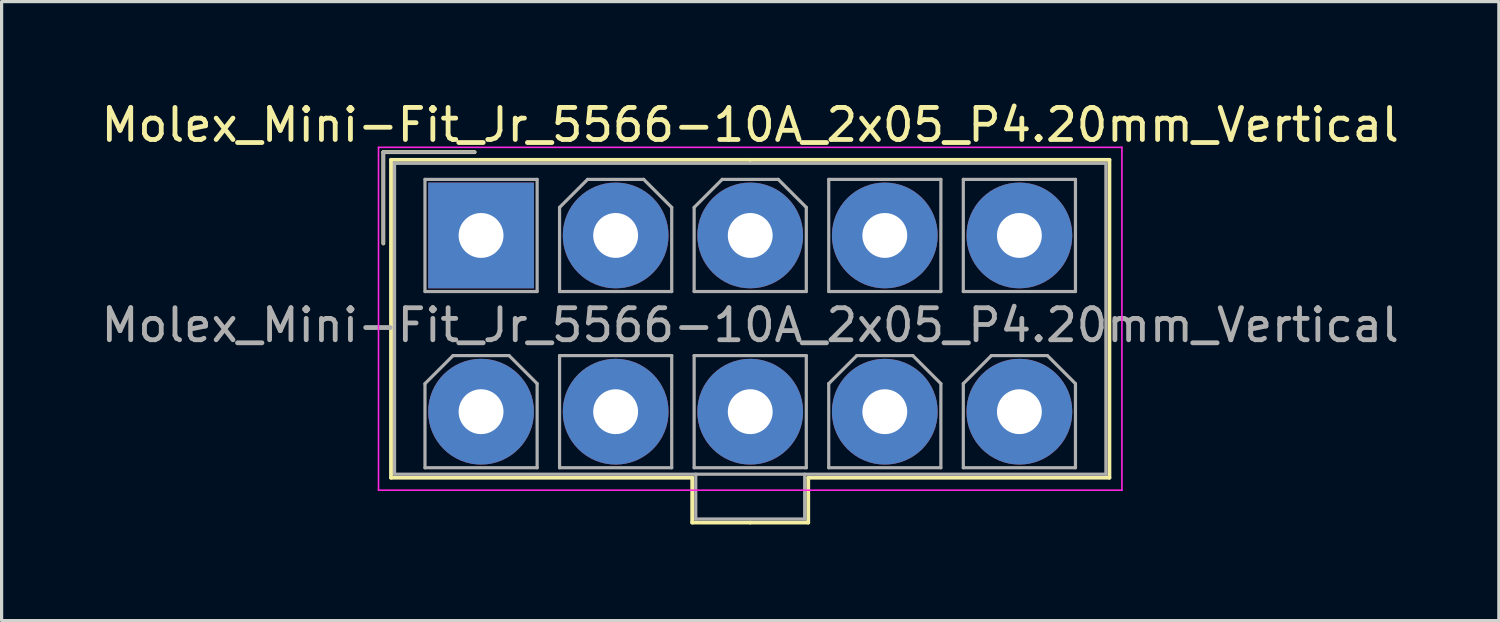
<source format=kicad_pcb>
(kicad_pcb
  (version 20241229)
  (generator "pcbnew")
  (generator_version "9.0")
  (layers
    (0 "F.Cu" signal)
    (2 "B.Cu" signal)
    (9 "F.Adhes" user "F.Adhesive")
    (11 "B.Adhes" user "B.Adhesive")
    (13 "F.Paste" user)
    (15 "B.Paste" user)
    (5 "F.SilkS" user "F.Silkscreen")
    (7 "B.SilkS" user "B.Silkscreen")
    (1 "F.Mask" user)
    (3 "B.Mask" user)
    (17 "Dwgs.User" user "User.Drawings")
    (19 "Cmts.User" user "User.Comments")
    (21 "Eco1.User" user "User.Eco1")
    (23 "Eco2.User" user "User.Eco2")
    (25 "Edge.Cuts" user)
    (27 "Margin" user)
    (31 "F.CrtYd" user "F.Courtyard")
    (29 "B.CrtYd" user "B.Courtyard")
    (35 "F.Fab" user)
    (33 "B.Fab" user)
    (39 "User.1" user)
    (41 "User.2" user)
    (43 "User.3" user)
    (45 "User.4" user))
  (footprint "Molex_Mini-Fit_Jr_5566-10A_2x05_P4.20mm_Vertical"
    (layer "F.Cu")
    (at 11.963 4.298)
    (property "Reference" "Molex_Mini-Fit_Jr_5566-10A_2x05_P4.20mm_Vertical" (at 8.4 -3.45 0) (layer "F.SilkS") (effects (font (size 1 1) (thickness 0.15))))
    (attr through_hole)
    (fp_line (start -3.05 -2.6) (end -3.05 0.25) (stroke (width 0.12) (type solid)) (layer "F.SilkS"))
    (fp_line (start -2.81 -2.36) (end -2.81 7.56) (stroke (width 0.12) (type solid)) (layer "F.SilkS"))
    (fp_line (start -2.81 7.56) (end 6.59 7.56) (stroke (width 0.12) (type solid)) (layer "F.SilkS"))
    (fp_line (start -0.2 -2.6) (end -3.05 -2.6) (stroke (width 0.12) (type solid)) (layer "F.SilkS"))
    (fp_line (start 6.59 7.56) (end 6.59 8.96) (stroke (width 0.12) (type solid)) (layer "F.SilkS"))
    (fp_line (start 6.59 8.96) (end 8.4 8.96) (stroke (width 0.12) (type solid)) (layer "F.SilkS"))
    (fp_line (start 8.4 -2.36) (end -2.81 -2.36) (stroke (width 0.12) (type solid)) (layer "F.SilkS"))
    (fp_line (start 8.4 -2.36) (end 19.61 -2.36) (stroke (width 0.12) (type solid)) (layer "F.SilkS"))
    (fp_line (start 10.21 7.56) (end 10.21 8.96) (stroke (width 0.12) (type solid)) (layer "F.SilkS"))
    (fp_line (start 10.21 8.96) (end 8.4 8.96) (stroke (width 0.12) (type solid)) (layer "F.SilkS"))
    (fp_line (start 19.61 -2.36) (end 19.61 7.56) (stroke (width 0.12) (type solid)) (layer "F.SilkS"))
    (fp_line (start 19.61 7.56) (end 10.21 7.56) (stroke (width 0.12) (type solid)) (layer "F.SilkS"))
    (fp_line (start -3.2 -2.75) (end -3.2 7.95) (stroke (width 0.05) (type solid)) (layer "F.CrtYd"))
    (fp_line (start -3.2 7.95) (end 20 7.95) (stroke (width 0.05) (type solid)) (layer "F.CrtYd"))
    (fp_line (start 20 -2.75) (end -3.2 -2.75) (stroke (width 0.05) (type solid)) (layer "F.CrtYd"))
    (fp_line (start 20 7.95) (end 20 -2.75) (stroke (width 0.05) (type solid)) (layer "F.CrtYd"))
    (fp_line (start -3.05 -2.6) (end -3.05 0.25) (stroke (width 0.1) (type solid)) (layer "F.Fab"))
    (fp_line (start -2.7 -2.25) (end -2.7 7.45) (stroke (width 0.1) (type solid)) (layer "F.Fab"))
    (fp_line (start -2.7 7.45) (end 19.5 7.45) (stroke (width 0.1) (type solid)) (layer "F.Fab"))
    (fp_line (start -1.75 -1.75) (end -1.75 1.75) (stroke (width 0.1) (type solid)) (layer "F.Fab"))
    (fp_line (start -1.75 1.75) (end 1.75 1.75) (stroke (width 0.1) (type solid)) (layer "F.Fab"))
    (fp_line (start -1.75 4.625) (end -0.875 3.75) (stroke (width 0.1) (type solid)) (layer "F.Fab"))
    (fp_line (start -1.75 7.25) (end -1.75 4.625) (stroke (width 0.1) (type solid)) (layer "F.Fab"))
    (fp_line (start -0.875 3.75) (end 0.875 3.75) (stroke (width 0.1) (type solid)) (layer "F.Fab"))
    (fp_line (start -0.2 -2.6) (end -3.05 -2.6) (stroke (width 0.1) (type solid)) (layer "F.Fab"))
    (fp_line (start 0.875 3.75) (end 1.75 4.625) (stroke (width 0.1) (type solid)) (layer "F.Fab"))
    (fp_line (start 1.75 -1.75) (end -1.75 -1.75) (stroke (width 0.1) (type solid)) (layer "F.Fab"))
    (fp_line (start 1.75 1.75) (end 1.75 -1.75) (stroke (width 0.1) (type solid)) (layer "F.Fab"))
    (fp_line (start 1.75 4.625) (end 1.75 7.25) (stroke (width 0.1) (type solid)) (layer "F.Fab"))
    (fp_line (start 1.75 7.25) (end -1.75 7.25) (stroke (width 0.1) (type solid)) (layer "F.Fab"))
    (fp_line (start 2.45 -0.875) (end 3.325 -1.75) (stroke (width 0.1) (type solid)) (layer "F.Fab"))
    (fp_line (start 2.45 1.75) (end 2.45 -0.875) (stroke (width 0.1) (type solid)) (layer "F.Fab"))
    (fp_line (start 2.45 3.75) (end 2.45 7.25) (stroke (width 0.1) (type solid)) (layer "F.Fab"))
    (fp_line (start 2.45 7.25) (end 5.95 7.25) (stroke (width 0.1) (type solid)) (layer "F.Fab"))
    (fp_line (start 3.325 -1.75) (end 5.075 -1.75) (stroke (width 0.1) (type solid)) (layer "F.Fab"))
    (fp_line (start 5.075 -1.75) (end 5.95 -0.875) (stroke (width 0.1) (type solid)) (layer "F.Fab"))
    (fp_line (start 5.95 -0.875) (end 5.95 1.75) (stroke (width 0.1) (type solid)) (layer "F.Fab"))
    (fp_line (start 5.95 1.75) (end 2.45 1.75) (stroke (width 0.1) (type solid)) (layer "F.Fab"))
    (fp_line (start 5.95 3.75) (end 2.45 3.75) (stroke (width 0.1) (type solid)) (layer "F.Fab"))
    (fp_line (start 5.95 7.25) (end 5.95 3.75) (stroke (width 0.1) (type solid)) (layer "F.Fab"))
    (fp_line (start 6.65 -0.875) (end 7.525 -1.75) (stroke (width 0.1) (type solid)) (layer "F.Fab"))
    (fp_line (start 6.65 1.75) (end 6.65 -0.875) (stroke (width 0.1) (type solid)) (layer "F.Fab"))
    (fp_line (start 6.65 3.75) (end 6.65 7.25) (stroke (width 0.1) (type solid)) (layer "F.Fab"))
    (fp_line (start 6.65 7.25) (end 10.15 7.25) (stroke (width 0.1) (type solid)) (layer "F.Fab"))
    (fp_line (start 6.7 7.45) (end 6.7 8.85) (stroke (width 0.1) (type solid)) (layer "F.Fab"))
    (fp_line (start 6.7 8.85) (end 10.1 8.85) (stroke (width 0.1) (type solid)) (layer "F.Fab"))
    (fp_line (start 7.525 -1.75) (end 9.275 -1.75) (stroke (width 0.1) (type solid)) (layer "F.Fab"))
    (fp_line (start 9.275 -1.75) (end 10.15 -0.875) (stroke (width 0.1) (type solid)) (layer "F.Fab"))
    (fp_line (start 10.1 8.85) (end 10.1 7.45) (stroke (width 0.1) (type solid)) (layer "F.Fab"))
    (fp_line (start 10.15 -0.875) (end 10.15 1.75) (stroke (width 0.1) (type solid)) (layer "F.Fab"))
    (fp_line (start 10.15 1.75) (end 6.65 1.75) (stroke (width 0.1) (type solid)) (layer "F.Fab"))
    (fp_line (start 10.15 3.75) (end 6.65 3.75) (stroke (width 0.1) (type solid)) (layer "F.Fab"))
    (fp_line (start 10.15 7.25) (end 10.15 3.75) (stroke (width 0.1) (type solid)) (layer "F.Fab"))
    (fp_line (start 10.85 -1.75) (end 10.85 1.75) (stroke (width 0.1) (type solid)) (layer "F.Fab"))
    (fp_line (start 10.85 1.75) (end 14.35 1.75) (stroke (width 0.1) (type solid)) (layer "F.Fab"))
    (fp_line (start 10.85 4.625) (end 11.725 3.75) (stroke (width 0.1) (type solid)) (layer "F.Fab"))
    (fp_line (start 10.85 7.25) (end 10.85 4.625) (stroke (width 0.1) (type solid)) (layer "F.Fab"))
    (fp_line (start 11.725 3.75) (end 13.475 3.75) (stroke (width 0.1) (type solid)) (layer "F.Fab"))
    (fp_line (start 13.475 3.75) (end 14.35 4.625) (stroke (width 0.1) (type solid)) (layer "F.Fab"))
    (fp_line (start 14.35 -1.75) (end 10.85 -1.75) (stroke (width 0.1) (type solid)) (layer "F.Fab"))
    (fp_line (start 14.35 1.75) (end 14.35 -1.75) (stroke (width 0.1) (type solid)) (layer "F.Fab"))
    (fp_line (start 14.35 4.625) (end 14.35 7.25) (stroke (width 0.1) (type solid)) (layer "F.Fab"))
    (fp_line (start 14.35 7.25) (end 10.85 7.25) (stroke (width 0.1) (type solid)) (layer "F.Fab"))
    (fp_line (start 15.05 -1.75) (end 15.05 1.75) (stroke (width 0.1) (type solid)) (layer "F.Fab"))
    (fp_line (start 15.05 1.75) (end 18.55 1.75) (stroke (width 0.1) (type solid)) (layer "F.Fab"))
    (fp_line (start 15.05 4.625) (end 15.925 3.75) (stroke (width 0.1) (type solid)) (layer "F.Fab"))
    (fp_line (start 15.05 7.25) (end 15.05 4.625) (stroke (width 0.1) (type solid)) (layer "F.Fab"))
    (fp_line (start 15.925 3.75) (end 17.675 3.75) (stroke (width 0.1) (type solid)) (layer "F.Fab"))
    (fp_line (start 17.675 3.75) (end 18.55 4.625) (stroke (width 0.1) (type solid)) (layer "F.Fab"))
    (fp_line (start 18.55 -1.75) (end 15.05 -1.75) (stroke (width 0.1) (type solid)) (layer "F.Fab"))
    (fp_line (start 18.55 1.75) (end 18.55 -1.75) (stroke (width 0.1) (type solid)) (layer "F.Fab"))
    (fp_line (start 18.55 4.625) (end 18.55 7.25) (stroke (width 0.1) (type solid)) (layer "F.Fab"))
    (fp_line (start 18.55 7.25) (end 15.05 7.25) (stroke (width 0.1) (type solid)) (layer "F.Fab"))
    (fp_line (start 19.5 -2.25) (end -2.7 -2.25) (stroke (width 0.1) (type solid)) (layer "F.Fab"))
    (fp_line (start 19.5 7.45) (end 19.5 -2.25) (stroke (width 0.1) (type solid)) (layer "F.Fab"))
    (fp_text user "${REFERENCE}" (at 8.4 2.8 0) (layer "F.Fab") (effects (font (size 1 1) (thickness 0.15))))
    (pad "1" thru_hole rect (at 0 0) (size 3.3 3.3) (drill 1.4) (layers "*.Cu" "*.Mask"))
    (pad "2" thru_hole circle (at 4.2 0) (size 3.3 3.3) (drill 1.4) (layers "*.Cu" "*.Mask"))
    (pad "3" thru_hole circle (at 8.4 0) (size 3.3 3.3) (drill 1.4) (layers "*.Cu" "*.Mask"))
    (pad "4" thru_hole circle (at 12.6 0) (size 3.3 3.3) (drill 1.4) (layers "*.Cu" "*.Mask"))
    (pad "5" thru_hole circle (at 16.8 0) (size 3.3 3.3) (drill 1.4) (layers "*.Cu" "*.Mask"))
    (pad "6" thru_hole circle (at 0 5.5) (size 3.3 3.3) (drill 1.4) (layers "*.Cu" "*.Mask"))
    (pad "7" thru_hole circle (at 4.2 5.5) (size 3.3 3.3) (drill 1.4) (layers "*.Cu" "*.Mask"))
    (pad "8" thru_hole circle (at 8.4 5.5) (size 3.3 3.3) (drill 1.4) (layers "*.Cu" "*.Mask"))
    (pad "9" thru_hole circle (at 12.6 5.5) (size 3.3 3.3) (drill 1.4) (layers "*.Cu" "*.Mask"))
    (pad "10" thru_hole circle (at 16.8 5.5) (size 3.3 3.3) (drill 1.4) (layers "*.Cu" "*.Mask")))
  (gr_rect
    (start -3 -3)
    (end 43.726 16.318)
    (stroke (width 0.1) (type default))
    (fill no)
    (layer "Edge.Cuts")))
</source>
